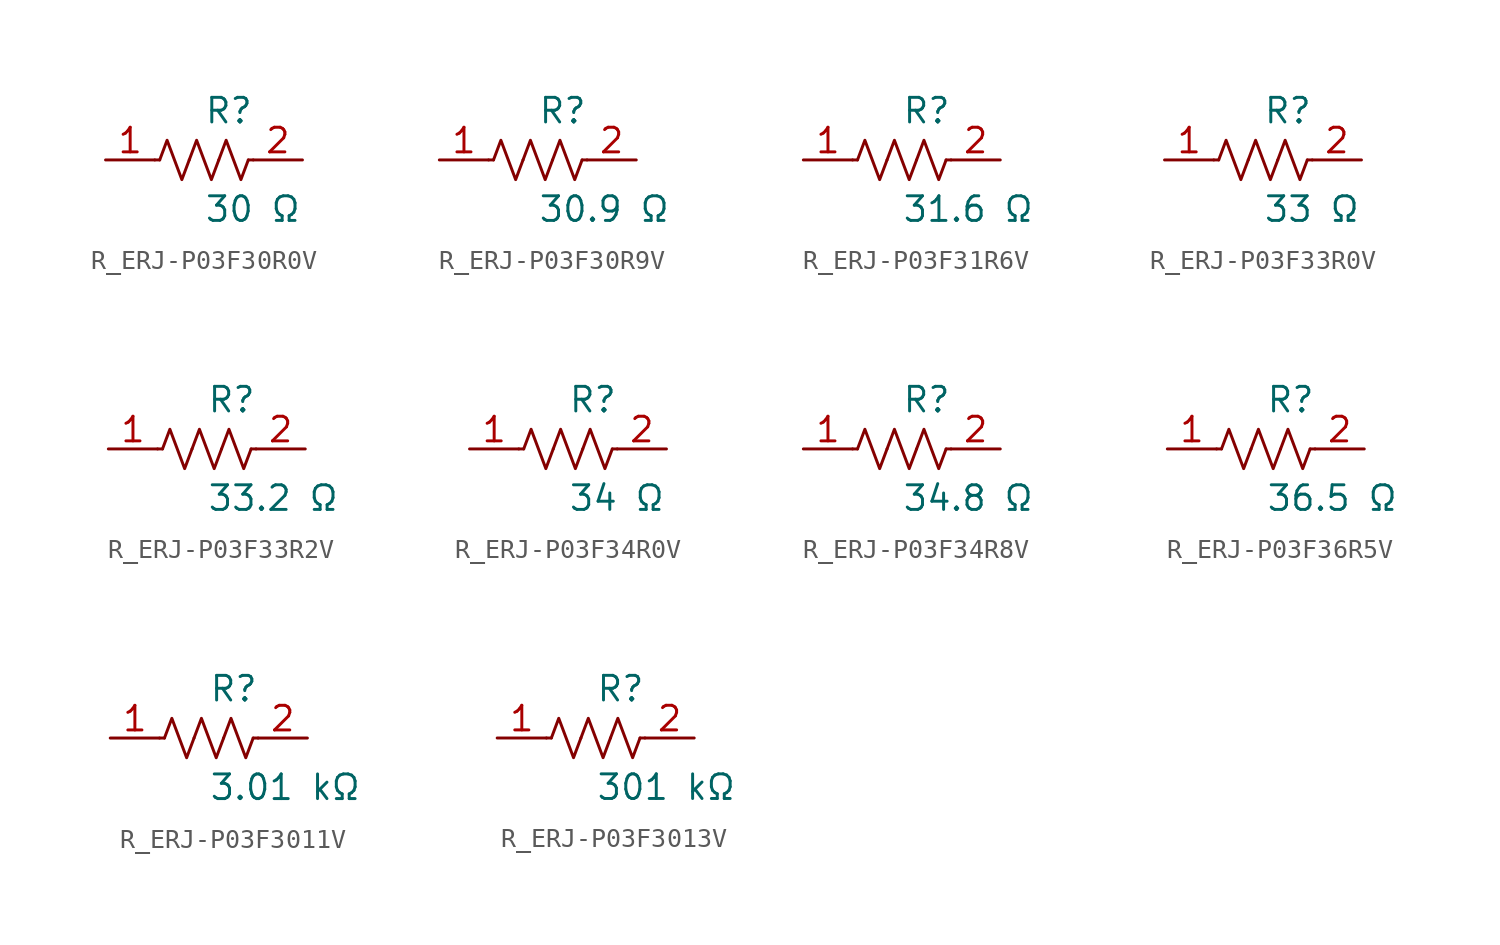
<source format=kicad_sym>
(kicad_symbol_lib
  (version 20231120)
  (generator kicad_symbol_editor)
  (generator_version 8.0)
  (symbol "R_ERJ-P03F30R0V"
    (pin_names
      (offset 0.254))
    (property "Reference" "R"
      (at 0.0 2.54 0)
      (effects (font (size 1.27 1.27)) (justify left)))
    (property "Value" "30 Ω"
      (at 0.0 -2.54 0)
      (effects (font (size 1.27 1.27)) (justify left)))
    (symbol "R_ERJ-P03F30R0V_0_1"
      (polyline (pts (xy 2.286 0) (xy 2.54 0)) (stroke (width 0) (type default)) (fill (type none)))
      (polyline (pts (xy -2.286 0) (xy -2.54 0)) (stroke (width 0) (type default)) (fill (type none)))
      (polyline (pts (xy 0.762 0) (xy 1.143 1.016) (xy 1.524 0) (xy 1.905 -1.016) (xy 2.286 0)) (stroke (width 0) (type default)) (fill (type none)))
      (polyline (pts (xy -0.762 0) (xy -0.381 1.016) (xy 0 0) (xy 0.381 -1.016) (xy 0.762 0)) (stroke (width 0) (type default)) (fill (type none)))
      (polyline (pts (xy -2.286 0) (xy -1.905 1.016) (xy -1.524 0) (xy -1.143 -1.016) (xy -0.762 0)) (stroke (width 0) (type default)) (fill (type none))))
    (pin unspecified line
      (at -5.08 0 0)
      (length 2.54)
      (name "" (effects (font (size 1.27 1.27))))
      (number "1" (effects (font (size 1.27 1.27)))))
    (pin unspecified line
      (at 5.08 0 180)
      (length 2.54)
      (name "" (effects (font (size 1.27 1.27))))
      (number "2" (effects (font (size 1.27 1.27))))))
  (symbol "R_ERJ-P03F30R9V"
    (pin_names
      (offset 0.254))
    (property "Reference" "R"
      (at 0.0 2.54 0)
      (effects (font (size 1.27 1.27)) (justify left)))
    (property "Value" "30.9 Ω"
      (at 0.0 -2.54 0)
      (effects (font (size 1.27 1.27)) (justify left)))
    (symbol "R_ERJ-P03F30R9V_0_1"
      (polyline (pts (xy 2.286 0) (xy 2.54 0)) (stroke (width 0) (type default)) (fill (type none)))
      (polyline (pts (xy -2.286 0) (xy -2.54 0)) (stroke (width 0) (type default)) (fill (type none)))
      (polyline (pts (xy 0.762 0) (xy 1.143 1.016) (xy 1.524 0) (xy 1.905 -1.016) (xy 2.286 0)) (stroke (width 0) (type default)) (fill (type none)))
      (polyline (pts (xy -0.762 0) (xy -0.381 1.016) (xy 0 0) (xy 0.381 -1.016) (xy 0.762 0)) (stroke (width 0) (type default)) (fill (type none)))
      (polyline (pts (xy -2.286 0) (xy -1.905 1.016) (xy -1.524 0) (xy -1.143 -1.016) (xy -0.762 0)) (stroke (width 0) (type default)) (fill (type none))))
    (pin unspecified line
      (at -5.08 0 0)
      (length 2.54)
      (name "" (effects (font (size 1.27 1.27))))
      (number "1" (effects (font (size 1.27 1.27)))))
    (pin unspecified line
      (at 5.08 0 180)
      (length 2.54)
      (name "" (effects (font (size 1.27 1.27))))
      (number "2" (effects (font (size 1.27 1.27))))))
  (symbol "R_ERJ-P03F31R6V"
    (pin_names
      (offset 0.254))
    (property "Reference" "R"
      (at 0.0 2.54 0)
      (effects (font (size 1.27 1.27)) (justify left)))
    (property "Value" "31.6 Ω"
      (at 0.0 -2.54 0)
      (effects (font (size 1.27 1.27)) (justify left)))
    (symbol "R_ERJ-P03F31R6V_0_1"
      (polyline (pts (xy 2.286 0) (xy 2.54 0)) (stroke (width 0) (type default)) (fill (type none)))
      (polyline (pts (xy -2.286 0) (xy -2.54 0)) (stroke (width 0) (type default)) (fill (type none)))
      (polyline (pts (xy 0.762 0) (xy 1.143 1.016) (xy 1.524 0) (xy 1.905 -1.016) (xy 2.286 0)) (stroke (width 0) (type default)) (fill (type none)))
      (polyline (pts (xy -0.762 0) (xy -0.381 1.016) (xy 0 0) (xy 0.381 -1.016) (xy 0.762 0)) (stroke (width 0) (type default)) (fill (type none)))
      (polyline (pts (xy -2.286 0) (xy -1.905 1.016) (xy -1.524 0) (xy -1.143 -1.016) (xy -0.762 0)) (stroke (width 0) (type default)) (fill (type none))))
    (pin unspecified line
      (at -5.08 0 0)
      (length 2.54)
      (name "" (effects (font (size 1.27 1.27))))
      (number "1" (effects (font (size 1.27 1.27)))))
    (pin unspecified line
      (at 5.08 0 180)
      (length 2.54)
      (name "" (effects (font (size 1.27 1.27))))
      (number "2" (effects (font (size 1.27 1.27))))))
  (symbol "R_ERJ-P03F33R0V"
    (pin_names
      (offset 0.254))
    (property "Reference" "R"
      (at 0.0 2.54 0)
      (effects (font (size 1.27 1.27)) (justify left)))
    (property "Value" "33 Ω"
      (at 0.0 -2.54 0)
      (effects (font (size 1.27 1.27)) (justify left)))
    (symbol "R_ERJ-P03F33R0V_0_1"
      (polyline (pts (xy 2.286 0) (xy 2.54 0)) (stroke (width 0) (type default)) (fill (type none)))
      (polyline (pts (xy -2.286 0) (xy -2.54 0)) (stroke (width 0) (type default)) (fill (type none)))
      (polyline (pts (xy 0.762 0) (xy 1.143 1.016) (xy 1.524 0) (xy 1.905 -1.016) (xy 2.286 0)) (stroke (width 0) (type default)) (fill (type none)))
      (polyline (pts (xy -0.762 0) (xy -0.381 1.016) (xy 0 0) (xy 0.381 -1.016) (xy 0.762 0)) (stroke (width 0) (type default)) (fill (type none)))
      (polyline (pts (xy -2.286 0) (xy -1.905 1.016) (xy -1.524 0) (xy -1.143 -1.016) (xy -0.762 0)) (stroke (width 0) (type default)) (fill (type none))))
    (pin unspecified line
      (at -5.08 0 0)
      (length 2.54)
      (name "" (effects (font (size 1.27 1.27))))
      (number "1" (effects (font (size 1.27 1.27)))))
    (pin unspecified line
      (at 5.08 0 180)
      (length 2.54)
      (name "" (effects (font (size 1.27 1.27))))
      (number "2" (effects (font (size 1.27 1.27))))))
  (symbol "R_ERJ-P03F33R2V"
    (pin_names
      (offset 0.254))
    (property "Reference" "R"
      (at 0.0 2.54 0)
      (effects (font (size 1.27 1.27)) (justify left)))
    (property "Value" "33.2 Ω"
      (at 0.0 -2.54 0)
      (effects (font (size 1.27 1.27)) (justify left)))
    (symbol "R_ERJ-P03F33R2V_0_1"
      (polyline (pts (xy 2.286 0) (xy 2.54 0)) (stroke (width 0) (type default)) (fill (type none)))
      (polyline (pts (xy -2.286 0) (xy -2.54 0)) (stroke (width 0) (type default)) (fill (type none)))
      (polyline (pts (xy 0.762 0) (xy 1.143 1.016) (xy 1.524 0) (xy 1.905 -1.016) (xy 2.286 0)) (stroke (width 0) (type default)) (fill (type none)))
      (polyline (pts (xy -0.762 0) (xy -0.381 1.016) (xy 0 0) (xy 0.381 -1.016) (xy 0.762 0)) (stroke (width 0) (type default)) (fill (type none)))
      (polyline (pts (xy -2.286 0) (xy -1.905 1.016) (xy -1.524 0) (xy -1.143 -1.016) (xy -0.762 0)) (stroke (width 0) (type default)) (fill (type none))))
    (pin unspecified line
      (at -5.08 0 0)
      (length 2.54)
      (name "" (effects (font (size 1.27 1.27))))
      (number "1" (effects (font (size 1.27 1.27)))))
    (pin unspecified line
      (at 5.08 0 180)
      (length 2.54)
      (name "" (effects (font (size 1.27 1.27))))
      (number "2" (effects (font (size 1.27 1.27))))))
  (symbol "R_ERJ-P03F34R0V"
    (pin_names
      (offset 0.254))
    (property "Reference" "R"
      (at 0.0 2.54 0)
      (effects (font (size 1.27 1.27)) (justify left)))
    (property "Value" "34 Ω"
      (at 0.0 -2.54 0)
      (effects (font (size 1.27 1.27)) (justify left)))
    (symbol "R_ERJ-P03F34R0V_0_1"
      (polyline (pts (xy 2.286 0) (xy 2.54 0)) (stroke (width 0) (type default)) (fill (type none)))
      (polyline (pts (xy -2.286 0) (xy -2.54 0)) (stroke (width 0) (type default)) (fill (type none)))
      (polyline (pts (xy 0.762 0) (xy 1.143 1.016) (xy 1.524 0) (xy 1.905 -1.016) (xy 2.286 0)) (stroke (width 0) (type default)) (fill (type none)))
      (polyline (pts (xy -0.762 0) (xy -0.381 1.016) (xy 0 0) (xy 0.381 -1.016) (xy 0.762 0)) (stroke (width 0) (type default)) (fill (type none)))
      (polyline (pts (xy -2.286 0) (xy -1.905 1.016) (xy -1.524 0) (xy -1.143 -1.016) (xy -0.762 0)) (stroke (width 0) (type default)) (fill (type none))))
    (pin unspecified line
      (at -5.08 0 0)
      (length 2.54)
      (name "" (effects (font (size 1.27 1.27))))
      (number "1" (effects (font (size 1.27 1.27)))))
    (pin unspecified line
      (at 5.08 0 180)
      (length 2.54)
      (name "" (effects (font (size 1.27 1.27))))
      (number "2" (effects (font (size 1.27 1.27))))))
  (symbol "R_ERJ-P03F34R8V"
    (pin_names
      (offset 0.254))
    (property "Reference" "R"
      (at 0.0 2.54 0)
      (effects (font (size 1.27 1.27)) (justify left)))
    (property "Value" "34.8 Ω"
      (at 0.0 -2.54 0)
      (effects (font (size 1.27 1.27)) (justify left)))
    (symbol "R_ERJ-P03F34R8V_0_1"
      (polyline (pts (xy 2.286 0) (xy 2.54 0)) (stroke (width 0) (type default)) (fill (type none)))
      (polyline (pts (xy -2.286 0) (xy -2.54 0)) (stroke (width 0) (type default)) (fill (type none)))
      (polyline (pts (xy 0.762 0) (xy 1.143 1.016) (xy 1.524 0) (xy 1.905 -1.016) (xy 2.286 0)) (stroke (width 0) (type default)) (fill (type none)))
      (polyline (pts (xy -0.762 0) (xy -0.381 1.016) (xy 0 0) (xy 0.381 -1.016) (xy 0.762 0)) (stroke (width 0) (type default)) (fill (type none)))
      (polyline (pts (xy -2.286 0) (xy -1.905 1.016) (xy -1.524 0) (xy -1.143 -1.016) (xy -0.762 0)) (stroke (width 0) (type default)) (fill (type none))))
    (pin unspecified line
      (at -5.08 0 0)
      (length 2.54)
      (name "" (effects (font (size 1.27 1.27))))
      (number "1" (effects (font (size 1.27 1.27)))))
    (pin unspecified line
      (at 5.08 0 180)
      (length 2.54)
      (name "" (effects (font (size 1.27 1.27))))
      (number "2" (effects (font (size 1.27 1.27))))))
  (symbol "R_ERJ-P03F36R5V"
    (pin_names
      (offset 0.254))
    (property "Reference" "R"
      (at 0.0 2.54 0)
      (effects (font (size 1.27 1.27)) (justify left)))
    (property "Value" "36.5 Ω"
      (at 0.0 -2.54 0)
      (effects (font (size 1.27 1.27)) (justify left)))
    (symbol "R_ERJ-P03F36R5V_0_1"
      (polyline (pts (xy 2.286 0) (xy 2.54 0)) (stroke (width 0) (type default)) (fill (type none)))
      (polyline (pts (xy -2.286 0) (xy -2.54 0)) (stroke (width 0) (type default)) (fill (type none)))
      (polyline (pts (xy 0.762 0) (xy 1.143 1.016) (xy 1.524 0) (xy 1.905 -1.016) (xy 2.286 0)) (stroke (width 0) (type default)) (fill (type none)))
      (polyline (pts (xy -0.762 0) (xy -0.381 1.016) (xy 0 0) (xy 0.381 -1.016) (xy 0.762 0)) (stroke (width 0) (type default)) (fill (type none)))
      (polyline (pts (xy -2.286 0) (xy -1.905 1.016) (xy -1.524 0) (xy -1.143 -1.016) (xy -0.762 0)) (stroke (width 0) (type default)) (fill (type none))))
    (pin unspecified line
      (at -5.08 0 0)
      (length 2.54)
      (name "" (effects (font (size 1.27 1.27))))
      (number "1" (effects (font (size 1.27 1.27)))))
    (pin unspecified line
      (at 5.08 0 180)
      (length 2.54)
      (name "" (effects (font (size 1.27 1.27))))
      (number "2" (effects (font (size 1.27 1.27))))))
  (symbol "R_ERJ-P03F3011V"
    (pin_names
      (offset 0.254))
    (property "Reference" "R"
      (at 0.0 2.54 0)
      (effects (font (size 1.27 1.27)) (justify left)))
    (property "Value" "3.01 kΩ"
      (at 0.0 -2.54 0)
      (effects (font (size 1.27 1.27)) (justify left)))
    (symbol "R_ERJ-P03F3011V_0_1"
      (polyline (pts (xy 2.286 0) (xy 2.54 0)) (stroke (width 0) (type default)) (fill (type none)))
      (polyline (pts (xy -2.286 0) (xy -2.54 0)) (stroke (width 0) (type default)) (fill (type none)))
      (polyline (pts (xy 0.762 0) (xy 1.143 1.016) (xy 1.524 0) (xy 1.905 -1.016) (xy 2.286 0)) (stroke (width 0) (type default)) (fill (type none)))
      (polyline (pts (xy -0.762 0) (xy -0.381 1.016) (xy 0 0) (xy 0.381 -1.016) (xy 0.762 0)) (stroke (width 0) (type default)) (fill (type none)))
      (polyline (pts (xy -2.286 0) (xy -1.905 1.016) (xy -1.524 0) (xy -1.143 -1.016) (xy -0.762 0)) (stroke (width 0) (type default)) (fill (type none))))
    (pin unspecified line
      (at -5.08 0 0)
      (length 2.54)
      (name "" (effects (font (size 1.27 1.27))))
      (number "1" (effects (font (size 1.27 1.27)))))
    (pin unspecified line
      (at 5.08 0 180)
      (length 2.54)
      (name "" (effects (font (size 1.27 1.27))))
      (number "2" (effects (font (size 1.27 1.27))))))
  (symbol "R_ERJ-P03F3013V"
    (pin_names
      (offset 0.254))
    (property "Reference" "R"
      (at 0.0 2.54 0)
      (effects (font (size 1.27 1.27)) (justify left)))
    (property "Value" "301 kΩ"
      (at 0.0 -2.54 0)
      (effects (font (size 1.27 1.27)) (justify left)))
    (symbol "R_ERJ-P03F3013V_0_1"
      (polyline (pts (xy 2.286 0) (xy 2.54 0)) (stroke (width 0) (type default)) (fill (type none)))
      (polyline (pts (xy -2.286 0) (xy -2.54 0)) (stroke (width 0) (type default)) (fill (type none)))
      (polyline (pts (xy 0.762 0) (xy 1.143 1.016) (xy 1.524 0) (xy 1.905 -1.016) (xy 2.286 0)) (stroke (width 0) (type default)) (fill (type none)))
      (polyline (pts (xy -0.762 0) (xy -0.381 1.016) (xy 0 0) (xy 0.381 -1.016) (xy 0.762 0)) (stroke (width 0) (type default)) (fill (type none)))
      (polyline (pts (xy -2.286 0) (xy -1.905 1.016) (xy -1.524 0) (xy -1.143 -1.016) (xy -0.762 0)) (stroke (width 0) (type default)) (fill (type none))))
    (pin unspecified line
      (at -5.08 0 0)
      (length 2.54)
      (name "" (effects (font (size 1.27 1.27))))
      (number "1" (effects (font (size 1.27 1.27)))))
    (pin unspecified line
      (at 5.08 0 180)
      (length 2.54)
      (name "" (effects (font (size 1.27 1.27))))
      (number "2" (effects (font (size 1.27 1.27)))))))
</source>
